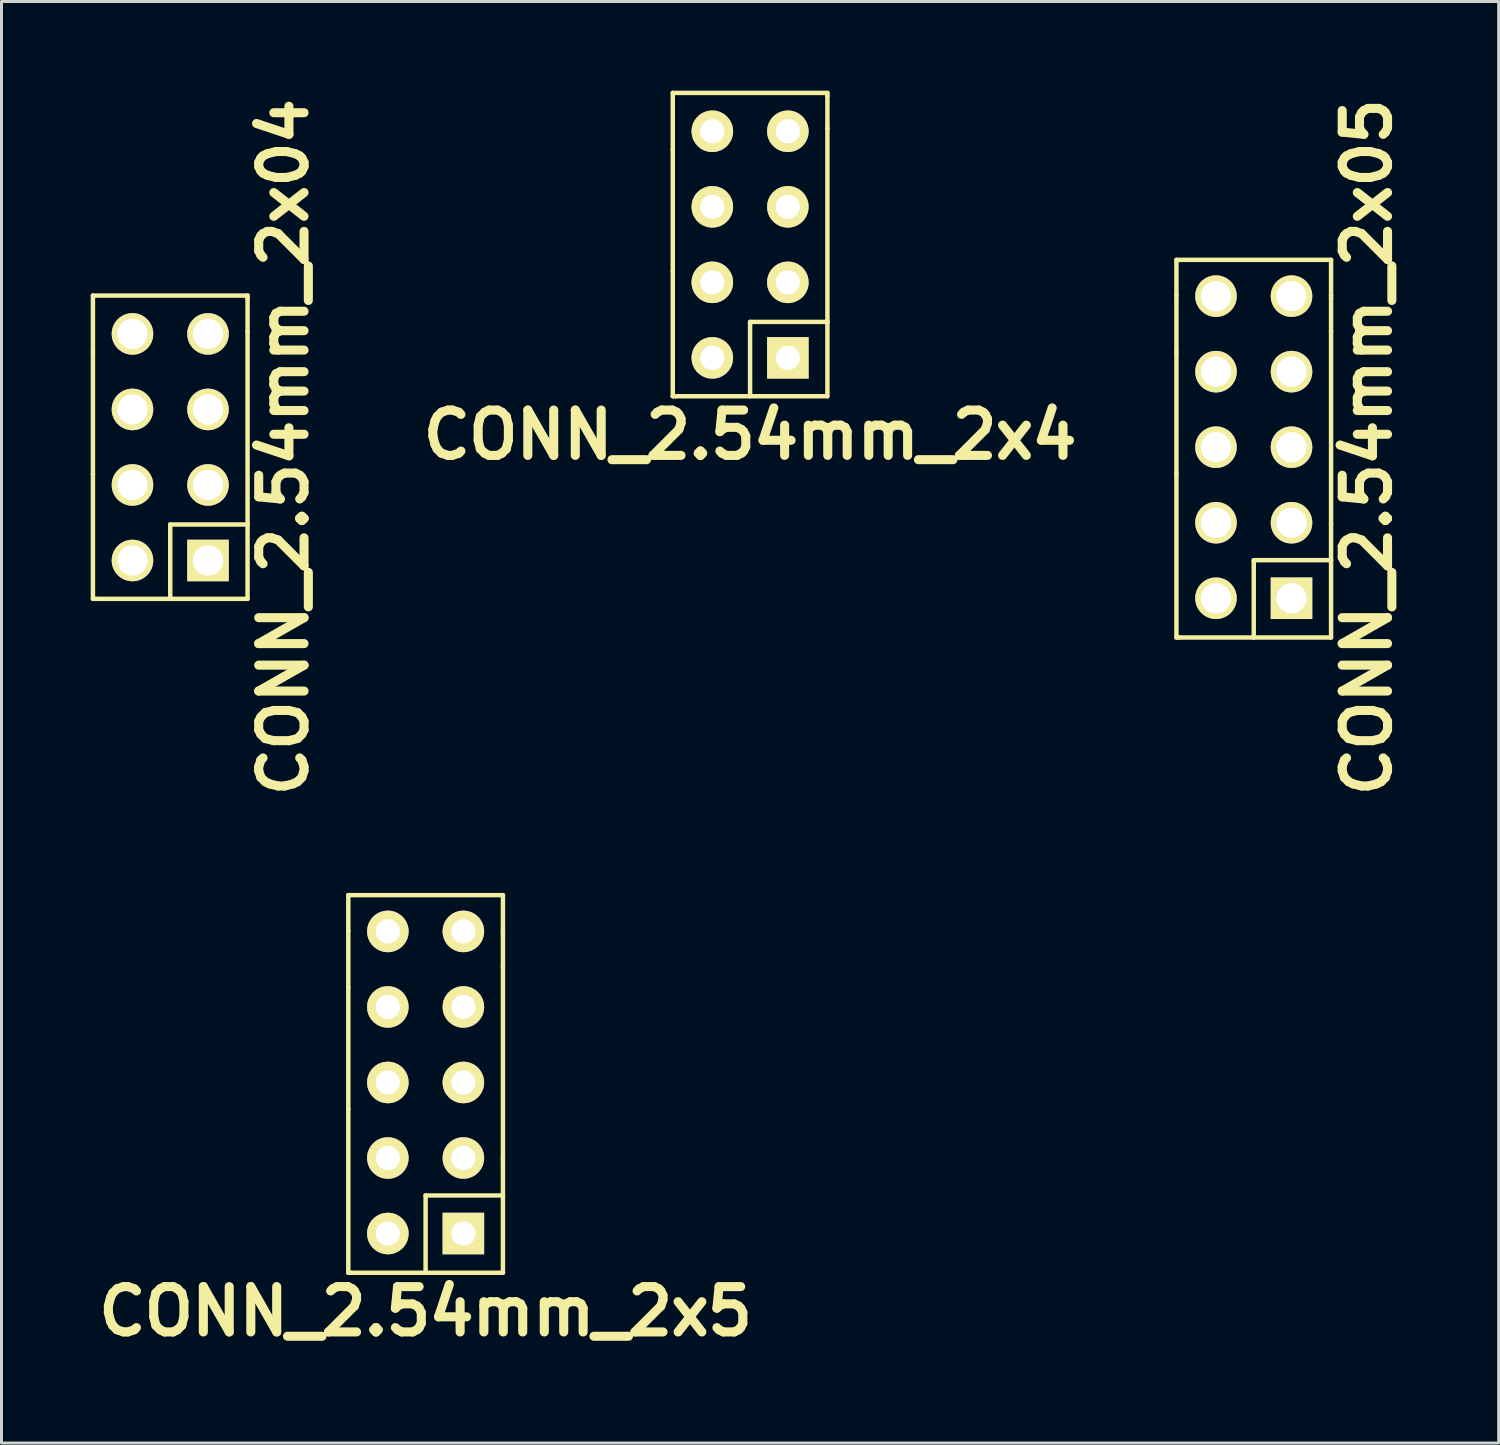
<source format=kicad_pcb>
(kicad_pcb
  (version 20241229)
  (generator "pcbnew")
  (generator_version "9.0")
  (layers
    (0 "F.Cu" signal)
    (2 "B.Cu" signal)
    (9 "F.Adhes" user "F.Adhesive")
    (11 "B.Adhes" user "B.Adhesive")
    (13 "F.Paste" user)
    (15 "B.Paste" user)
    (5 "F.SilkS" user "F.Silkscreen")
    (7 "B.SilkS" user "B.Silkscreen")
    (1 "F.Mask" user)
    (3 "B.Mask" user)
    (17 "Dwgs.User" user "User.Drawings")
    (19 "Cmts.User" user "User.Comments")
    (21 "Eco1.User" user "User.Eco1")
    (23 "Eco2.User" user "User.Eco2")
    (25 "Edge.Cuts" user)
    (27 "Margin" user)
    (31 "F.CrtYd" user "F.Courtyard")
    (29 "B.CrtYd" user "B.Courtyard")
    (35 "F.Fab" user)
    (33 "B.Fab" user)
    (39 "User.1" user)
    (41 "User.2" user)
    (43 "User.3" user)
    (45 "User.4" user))
  (footprint "CONN_2.54mm_2x04"
    (layer "F.Cu")
    (at 2.675 11.989)
    (property "Reference" "CONN_2.54mm_2x04" (at 3.81 0 90) (layer "F.SilkS") (effects (font (size 1.524 1.524) (thickness 0.305))))
    (attr through_hole)
    (fp_line (start -2.6 -5.1) (end -2.6 -3.2) (stroke (width 0.15) (type solid)) (layer "F.SilkS"))
    (fp_line (start -2.6 0.9) (end -2.6 -3.2) (stroke (width 0.15) (type solid)) (layer "F.SilkS"))
    (fp_line (start -2.6 5.1) (end -2.6 0.9) (stroke (width 0.15) (type solid)) (layer "F.SilkS"))
    (fp_line (start -2.5 5.1) (end -2.6 5.1) (stroke (width 0.15) (type solid)) (layer "F.SilkS"))
    (fp_line (start 0 2.6) (end 0 5.1) (stroke (width 0.15) (type solid)) (layer "F.SilkS"))
    (fp_line (start 0 2.6) (end 2.6 2.6) (stroke (width 0.15) (type solid)) (layer "F.SilkS"))
    (fp_line (start 2.6 -5.1) (end -2.6 -5.1) (stroke (width 0.15) (type solid)) (layer "F.SilkS"))
    (fp_line (start 2.6 -5) (end 2.6 -5.1) (stroke (width 0.15) (type solid)) (layer "F.SilkS"))
    (fp_line (start 2.6 -3.9) (end 2.6 -5) (stroke (width 0.15) (type solid)) (layer "F.SilkS"))
    (fp_line (start 2.6 2.6) (end 2.6 -3.9) (stroke (width 0.15) (type solid)) (layer "F.SilkS"))
    (fp_line (start 2.6 2.6) (end 2.6 5.1) (stroke (width 0.15) (type solid)) (layer "F.SilkS"))
    (fp_line (start 2.6 5.1) (end -2.5 5.1) (stroke (width 0.15) (type solid)) (layer "F.SilkS"))
    (pad "1" thru_hole rect (at 1.27 3.81) (size 1.397 1.397) (drill 1.016) (layers "*.Cu" "*.Mask" "F.SilkS"))
    (pad "2" thru_hole circle (at -1.27 3.81) (size 1.397 1.397) (drill 1.016) (layers "*.Cu" "*.Mask" "F.SilkS"))
    (pad "3" thru_hole circle (at 1.27 1.27) (size 1.397 1.397) (drill 1.016) (layers "*.Cu" "*.Mask" "F.SilkS"))
    (pad "4" thru_hole circle (at -1.27 1.27) (size 1.397 1.397) (drill 1.016) (layers "*.Cu" "*.Mask" "F.SilkS"))
    (pad "5" thru_hole circle (at 1.27 -1.27) (size 1.397 1.397) (drill 1.016) (layers "*.Cu" "*.Mask" "F.SilkS"))
    (pad "6" thru_hole circle (at -1.27 -1.27) (size 1.397 1.397) (drill 1.016) (layers "*.Cu" "*.Mask" "F.SilkS"))
    (pad "7" thru_hole circle (at 1.27 -3.81) (size 1.397 1.397) (drill 1.016) (layers "*.Cu" "*.Mask" "F.SilkS"))
    (pad "8" thru_hole circle (at -1.27 -3.81) (size 1.397 1.397) (drill 1.016) (layers "*.Cu" "*.Mask" "F.SilkS")))
  (footprint "CONN_2.54mm_2x4"
    (layer "F.Cu")
    (at 22.175 5.175)
    (property "Reference" "CONN_2.54mm_2x4" (at 0 6.4 0) (layer "F.SilkS") (effects (font (size 1.524 1.524) (thickness 0.305))))
    (attr through_hole)
    (fp_line (start -2.6 -5.1) (end -2.6 -3.2) (stroke (width 0.15) (type solid)) (layer "F.SilkS"))
    (fp_line (start -2.6 0.9) (end -2.6 -3.2) (stroke (width 0.15) (type solid)) (layer "F.SilkS"))
    (fp_line (start -2.6 5.1) (end -2.6 0.9) (stroke (width 0.15) (type solid)) (layer "F.SilkS"))
    (fp_line (start -2.5 5.1) (end -2.6 5.1) (stroke (width 0.15) (type solid)) (layer "F.SilkS"))
    (fp_line (start 0 2.6) (end 0 5.1) (stroke (width 0.15) (type solid)) (layer "F.SilkS"))
    (fp_line (start 0 2.6) (end 2.6 2.6) (stroke (width 0.15) (type solid)) (layer "F.SilkS"))
    (fp_line (start 2.6 -5.1) (end -2.6 -5.1) (stroke (width 0.15) (type solid)) (layer "F.SilkS"))
    (fp_line (start 2.6 -5) (end 2.6 -5.1) (stroke (width 0.15) (type solid)) (layer "F.SilkS"))
    (fp_line (start 2.6 -3.9) (end 2.6 -5) (stroke (width 0.15) (type solid)) (layer "F.SilkS"))
    (fp_line (start 2.6 2.6) (end 2.6 -3.9) (stroke (width 0.15) (type solid)) (layer "F.SilkS"))
    (fp_line (start 2.6 2.6) (end 2.6 5.1) (stroke (width 0.15) (type solid)) (layer "F.SilkS"))
    (fp_line (start 2.6 5.1) (end -2.5 5.1) (stroke (width 0.15) (type solid)) (layer "F.SilkS"))
    (pad "1" thru_hole rect (at 1.27 3.81) (size 1.397 1.397) (drill 0.813) (layers "*.Cu" "*.Mask" "F.SilkS"))
    (pad "2" thru_hole circle (at -1.27 3.81) (size 1.397 1.397) (drill 0.813) (layers "*.Cu" "*.Mask" "F.SilkS"))
    (pad "3" thru_hole circle (at 1.27 1.27) (size 1.397 1.397) (drill 0.813) (layers "*.Cu" "*.Mask" "F.SilkS"))
    (pad "4" thru_hole circle (at -1.27 1.27) (size 1.397 1.397) (drill 0.813) (layers "*.Cu" "*.Mask" "F.SilkS"))
    (pad "5" thru_hole circle (at 1.27 -1.27) (size 1.397 1.397) (drill 0.813) (layers "*.Cu" "*.Mask" "F.SilkS"))
    (pad "6" thru_hole circle (at -1.27 -1.27) (size 1.397 1.397) (drill 0.813) (layers "*.Cu" "*.Mask" "F.SilkS"))
    (pad "7" thru_hole circle (at 1.27 -3.81) (size 1.397 1.397) (drill 0.813) (layers "*.Cu" "*.Mask" "F.SilkS"))
    (pad "8" thru_hole circle (at -1.27 -3.81) (size 1.397 1.397) (drill 0.813) (layers "*.Cu" "*.Mask" "F.SilkS")))
  (footprint "CONN_2.54mm_2x5"
    (layer "F.Cu")
    (at 11.263 33.353)
    (property "Reference" "CONN_2.54mm_2x5" (at 0 7.7 0) (layer "F.SilkS") (effects (font (size 1.524 1.524) (thickness 0.305))))
    (attr through_hole)
    (fp_line (start -2.6 -6.3) (end 2.6 -6.3) (stroke (width 0.15) (type solid)) (layer "F.SilkS"))
    (fp_line (start -2.6 -5.1) (end -2.6 -6.3) (stroke (width 0.15) (type solid)) (layer "F.SilkS"))
    (fp_line (start -2.6 -5.1) (end -2.6 -3.2) (stroke (width 0.15) (type solid)) (layer "F.SilkS"))
    (fp_line (start -2.6 0.9) (end -2.6 -3.2) (stroke (width 0.15) (type solid)) (layer "F.SilkS"))
    (fp_line (start -2.6 6.4) (end -2.6 0.9) (stroke (width 0.15) (type solid)) (layer "F.SilkS"))
    (fp_line (start -2.5 6.4) (end -2.6 6.4) (stroke (width 0.15) (type solid)) (layer "F.SilkS"))
    (fp_line (start 0 3.8) (end 2.6 3.8) (stroke (width 0.15) (type solid)) (layer "F.SilkS"))
    (fp_line (start 0 6.4) (end -2.5 6.4) (stroke (width 0.15) (type solid)) (layer "F.SilkS"))
    (fp_line (start 0 6.4) (end 0 3.8) (stroke (width 0.15) (type solid)) (layer "F.SilkS"))
    (fp_line (start 0 6.4) (end 2.6 6.4) (stroke (width 0.15) (type solid)) (layer "F.SilkS"))
    (fp_line (start 2.6 -6.3) (end 2.6 -5.1) (stroke (width 0.15) (type solid)) (layer "F.SilkS"))
    (fp_line (start 2.6 -5) (end 2.6 -5.1) (stroke (width 0.15) (type solid)) (layer "F.SilkS"))
    (fp_line (start 2.6 -3.9) (end 2.6 -5) (stroke (width 0.15) (type solid)) (layer "F.SilkS"))
    (fp_line (start 2.6 2.6) (end 2.6 -3.9) (stroke (width 0.15) (type solid)) (layer "F.SilkS"))
    (fp_line (start 2.6 2.6) (end 2.6 3.8) (stroke (width 0.15) (type solid)) (layer "F.SilkS"))
    (fp_line (start 2.6 6.4) (end 2.6 3.8) (stroke (width 0.15) (type solid)) (layer "F.SilkS"))
    (pad "1" thru_hole rect (at 1.27 5.08) (size 1.397 1.397) (drill 0.813) (layers "*.Cu" "*.Mask" "F.SilkS"))
    (pad "2" thru_hole circle (at -1.27 5.08) (size 1.397 1.397) (drill 0.813) (layers "*.Cu" "*.Mask" "F.SilkS"))
    (pad "3" thru_hole circle (at 1.27 2.54) (size 1.397 1.397) (drill 0.813) (layers "*.Cu" "*.Mask" "F.SilkS"))
    (pad "4" thru_hole circle (at -1.27 2.54) (size 1.397 1.397) (drill 0.813) (layers "*.Cu" "*.Mask" "F.SilkS"))
    (pad "5" thru_hole circle (at 1.27 0) (size 1.397 1.397) (drill 0.813) (layers "*.Cu" "*.Mask" "F.SilkS"))
    (pad "6" thru_hole circle (at -1.27 0) (size 1.397 1.397) (drill 0.813) (layers "*.Cu" "*.Mask" "F.SilkS"))
    (pad "7" thru_hole circle (at 1.27 -2.54) (size 1.397 1.397) (drill 0.813) (layers "*.Cu" "*.Mask" "F.SilkS"))
    (pad "8" thru_hole circle (at -1.27 -2.54) (size 1.397 1.397) (drill 0.813) (layers "*.Cu" "*.Mask" "F.SilkS"))
    (pad "9" thru_hole circle (at 1.27 -5.08) (size 1.397 1.397) (drill 0.813) (layers "*.Cu" "*.Mask" "F.SilkS"))
    (pad "10" thru_hole circle (at -1.27 -5.08) (size 1.397 1.397) (drill 0.813) (layers "*.Cu" "*.Mask" "F.SilkS")))
  (footprint "CONN_2.54mm_2x05"
    (layer "F.Cu")
    (at 39.113 11.989)
    (property "Reference" "CONN_2.54mm_2x05" (at 3.81 0 90) (layer "F.SilkS") (effects (font (size 1.524 1.524) (thickness 0.305))))
    (attr through_hole)
    (fp_line (start -2.6 -6.3) (end 2.6 -6.3) (stroke (width 0.15) (type solid)) (layer "F.SilkS"))
    (fp_line (start -2.6 -5.1) (end -2.6 -6.3) (stroke (width 0.15) (type solid)) (layer "F.SilkS"))
    (fp_line (start -2.6 -5.1) (end -2.6 -3.2) (stroke (width 0.15) (type solid)) (layer "F.SilkS"))
    (fp_line (start -2.6 0.9) (end -2.6 -3.2) (stroke (width 0.15) (type solid)) (layer "F.SilkS"))
    (fp_line (start -2.6 6.4) (end -2.6 0.9) (stroke (width 0.15) (type solid)) (layer "F.SilkS"))
    (fp_line (start -2.5 6.4) (end -2.6 6.4) (stroke (width 0.15) (type solid)) (layer "F.SilkS"))
    (fp_line (start 0 3.8) (end 2.6 3.8) (stroke (width 0.15) (type solid)) (layer "F.SilkS"))
    (fp_line (start 0 6.4) (end -2.5 6.4) (stroke (width 0.15) (type solid)) (layer "F.SilkS"))
    (fp_line (start 0 6.4) (end 0 3.8) (stroke (width 0.15) (type solid)) (layer "F.SilkS"))
    (fp_line (start 0 6.4) (end 2.6 6.4) (stroke (width 0.15) (type solid)) (layer "F.SilkS"))
    (fp_line (start 2.6 -6.3) (end 2.6 -5.1) (stroke (width 0.15) (type solid)) (layer "F.SilkS"))
    (fp_line (start 2.6 -5) (end 2.6 -5.1) (stroke (width 0.15) (type solid)) (layer "F.SilkS"))
    (fp_line (start 2.6 -3.9) (end 2.6 -5) (stroke (width 0.15) (type solid)) (layer "F.SilkS"))
    (fp_line (start 2.6 2.6) (end 2.6 -3.9) (stroke (width 0.15) (type solid)) (layer "F.SilkS"))
    (fp_line (start 2.6 2.6) (end 2.6 3.8) (stroke (width 0.15) (type solid)) (layer "F.SilkS"))
    (fp_line (start 2.6 6.4) (end 2.6 3.8) (stroke (width 0.15) (type solid)) (layer "F.SilkS"))
    (pad "1" thru_hole rect (at 1.27 5.08) (size 1.397 1.397) (drill 1.016) (layers "*.Cu" "*.Mask" "F.SilkS"))
    (pad "2" thru_hole circle (at -1.27 5.08) (size 1.397 1.397) (drill 1.016) (layers "*.Cu" "*.Mask" "F.SilkS"))
    (pad "3" thru_hole circle (at 1.27 2.54) (size 1.397 1.397) (drill 1.016) (layers "*.Cu" "*.Mask" "F.SilkS"))
    (pad "4" thru_hole circle (at -1.27 2.54) (size 1.397 1.397) (drill 1.016) (layers "*.Cu" "*.Mask" "F.SilkS"))
    (pad "5" thru_hole circle (at 1.27 0) (size 1.397 1.397) (drill 1.016) (layers "*.Cu" "*.Mask" "F.SilkS"))
    (pad "6" thru_hole circle (at -1.27 0) (size 1.397 1.397) (drill 1.016) (layers "*.Cu" "*.Mask" "F.SilkS"))
    (pad "7" thru_hole circle (at 1.27 -2.54) (size 1.397 1.397) (drill 1.016) (layers "*.Cu" "*.Mask" "F.SilkS"))
    (pad "8" thru_hole circle (at -1.27 -2.54) (size 1.397 1.397) (drill 1.016) (layers "*.Cu" "*.Mask" "F.SilkS"))
    (pad "9" thru_hole circle (at 1.27 -5.08) (size 1.397 1.397) (drill 1.016) (layers "*.Cu" "*.Mask" "F.SilkS"))
    (pad "10" thru_hole circle (at -1.27 -5.08) (size 1.397 1.397) (drill 1.016) (layers "*.Cu" "*.Mask" "F.SilkS")))
  (gr_rect
    (start -3 -3)
    (end 47.349 45.479)
    (stroke (width 0.1) (type default))
    (fill no)
    (layer "Edge.Cuts")))
</source>
